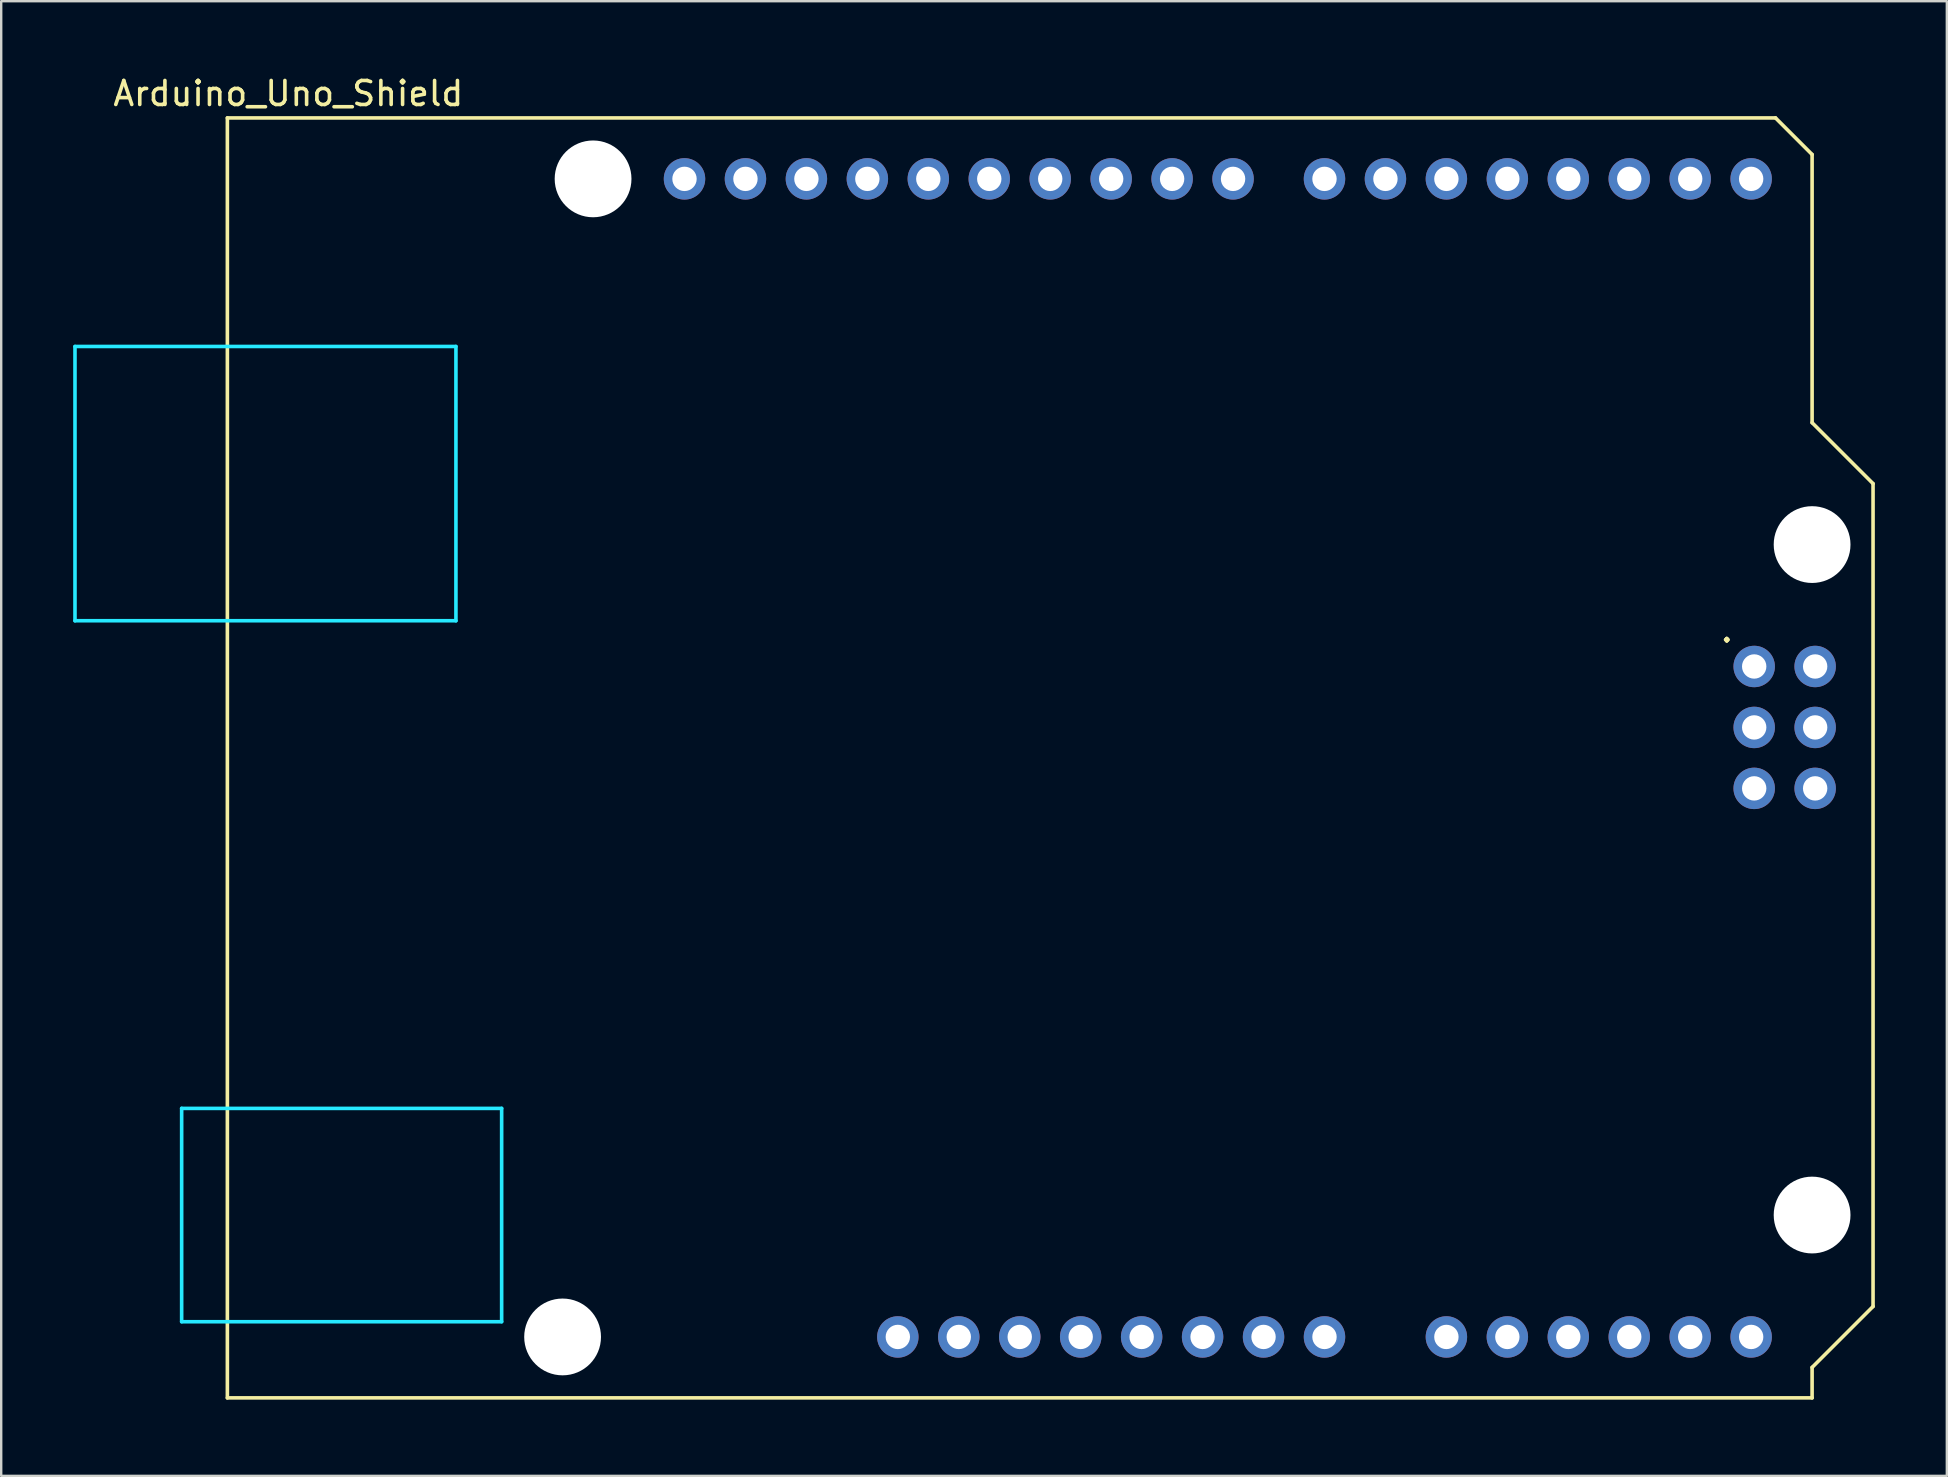
<source format=kicad_pcb>
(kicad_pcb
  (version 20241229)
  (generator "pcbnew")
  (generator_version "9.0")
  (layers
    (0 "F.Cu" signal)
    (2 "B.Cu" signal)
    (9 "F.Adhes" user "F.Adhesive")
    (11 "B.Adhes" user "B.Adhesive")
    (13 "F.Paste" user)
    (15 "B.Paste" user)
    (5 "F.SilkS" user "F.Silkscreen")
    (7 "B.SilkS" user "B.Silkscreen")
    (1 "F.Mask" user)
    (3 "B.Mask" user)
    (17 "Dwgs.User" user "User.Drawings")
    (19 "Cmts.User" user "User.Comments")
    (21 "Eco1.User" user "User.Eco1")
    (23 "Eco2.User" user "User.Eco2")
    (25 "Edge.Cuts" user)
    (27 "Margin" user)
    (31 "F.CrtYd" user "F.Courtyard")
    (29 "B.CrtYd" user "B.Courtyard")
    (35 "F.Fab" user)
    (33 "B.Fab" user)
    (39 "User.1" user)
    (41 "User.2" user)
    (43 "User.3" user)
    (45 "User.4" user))
  (footprint "Arduino_Uno_Shield"
    (layer "F.Cu")
    (at 6.425 55.204)
    (property "Reference" "Arduino_Uno_Shield" (at 2.54 -54.356 0) (layer "F.SilkS") (effects (font (size 1 1) (thickness 0.15))))
    (attr through_hole)
    (fp_line (start 0 -53.34) (end 0 0) (stroke (width 0.15) (type solid)) (layer "F.SilkS"))
    (fp_line (start 0 -53.34) (end 64.516 -53.34) (stroke (width 0.15) (type solid)) (layer "F.SilkS"))
    (fp_line (start 0 0) (end 66.04 0) (stroke (width 0.15) (type solid)) (layer "F.SilkS"))
    (fp_line (start 64.516 -53.34) (end 66.04 -51.816) (stroke (width 0.15) (type solid)) (layer "F.SilkS"))
    (fp_line (start 66.04 -40.64) (end 66.04 -51.816) (stroke (width 0.15) (type solid)) (layer "F.SilkS"))
    (fp_line (start 66.04 -1.27) (end 68.58 -3.81) (stroke (width 0.15) (type solid)) (layer "F.SilkS"))
    (fp_line (start 66.04 0) (end 66.04 -1.27) (stroke (width 0.15) (type solid)) (layer "F.SilkS"))
    (fp_line (start 68.58 -38.1) (end 66.04 -40.64) (stroke (width 0.15) (type solid)) (layer "F.SilkS"))
    (fp_line (start 68.58 -3.81) (end 68.58 -38.1) (stroke (width 0.15) (type solid)) (layer "F.SilkS"))
    (fp_line (start -6.35 -43.815) (end -6.35 -32.385) (stroke (width 0.15) (type solid)) (layer "B.CrtYd"))
    (fp_line (start -1.905 -12.065) (end -1.905 -3.175) (stroke (width 0.15) (type solid)) (layer "B.CrtYd"))
    (fp_line (start -1.905 -12.065) (end 11.43 -12.065) (stroke (width 0.15) (type solid)) (layer "B.CrtYd"))
    (fp_line (start -1.905 -3.175) (end 11.43 -3.175) (stroke (width 0.15) (type solid)) (layer "B.CrtYd"))
    (fp_line (start 9.525 -43.815) (end -6.35 -43.815) (stroke (width 0.15) (type solid)) (layer "B.CrtYd"))
    (fp_line (start 9.525 -43.815) (end 9.525 -32.385) (stroke (width 0.15) (type solid)) (layer "B.CrtYd"))
    (fp_line (start 9.525 -32.385) (end -6.35 -32.385) (stroke (width 0.15) (type solid)) (layer "B.CrtYd"))
    (fp_line (start 11.43 -12.065) (end 11.43 -3.175) (stroke (width 0.15) (type solid)) (layer "B.CrtYd"))
    (fp_text user "." (at 62.484 -32.004 0) (layer "F.SilkS") (effects (font (size 1 1) (thickness 0.15))))
    (pad "" np_thru_hole circle (at 13.97 -2.54) (size 3.2 3.2) (drill 3.2) (layers "*.Cu" "*.Mask"))
    (pad "" np_thru_hole circle (at 15.24 -50.8) (size 3.2 3.2) (drill 3.2) (layers "*.Cu" "*.Mask"))
    (pad "" thru_hole oval (at 27.94 -2.54) (size 1.727 1.727) (drill 1.016) (layers "*.Cu" "*.Mask"))
    (pad "" np_thru_hole circle (at 66.04 -35.56) (size 3.2 3.2) (drill 3.2) (layers "*.Cu" "*.Mask"))
    (pad "" np_thru_hole circle (at 66.04 -7.62) (size 3.2 3.2) (drill 3.2) (layers "*.Cu" "*.Mask"))
    (pad "3V3" thru_hole oval (at 35.56 -2.54) (size 1.727 1.727) (drill 1.016) (layers "*.Cu" "*.Mask"))
    (pad "5V1" thru_hole oval (at 38.1 -2.54) (size 1.727 1.727) (drill 1.016) (layers "*.Cu" "*.Mask"))
    (pad "5V2" thru_hole oval (at 66.167 -30.48) (size 1.727 1.727) (drill 1.016) (layers "*.Cu" "*.Mask"))
    (pad "A0" thru_hole oval (at 50.8 -2.54) (size 1.727 1.727) (drill 1.016) (layers "*.Cu" "*.Mask"))
    (pad "A1" thru_hole oval (at 53.34 -2.54) (size 1.727 1.727) (drill 1.016) (layers "*.Cu" "*.Mask"))
    (pad "A2" thru_hole oval (at 55.88 -2.54) (size 1.727 1.727) (drill 1.016) (layers "*.Cu" "*.Mask"))
    (pad "A3" thru_hole oval (at 58.42 -2.54) (size 1.727 1.727) (drill 1.016) (layers "*.Cu" "*.Mask"))
    (pad "A4" thru_hole oval (at 60.96 -2.54) (size 1.727 1.727) (drill 1.016) (layers "*.Cu" "*.Mask"))
    (pad "A5" thru_hole oval (at 63.5 -2.54) (size 1.727 1.727) (drill 1.016) (layers "*.Cu" "*.Mask"))
    (pad "AREF" thru_hole oval (at 24.13 -50.8) (size 1.727 1.727) (drill 1.016) (layers "*.Cu" "*.Mask"))
    (pad "D0" thru_hole oval (at 63.5 -50.8) (size 1.727 1.727) (drill 1.016) (layers "*.Cu" "*.Mask"))
    (pad "D1" thru_hole oval (at 60.96 -50.8) (size 1.727 1.727) (drill 1.016) (layers "*.Cu" "*.Mask"))
    (pad "D2" thru_hole oval (at 58.42 -50.8) (size 1.727 1.727) (drill 1.016) (layers "*.Cu" "*.Mask"))
    (pad "D3" thru_hole oval (at 55.88 -50.8) (size 1.727 1.727) (drill 1.016) (layers "*.Cu" "*.Mask"))
    (pad "D4" thru_hole oval (at 53.34 -50.8) (size 1.727 1.727) (drill 1.016) (layers "*.Cu" "*.Mask"))
    (pad "D5" thru_hole oval (at 50.8 -50.8) (size 1.727 1.727) (drill 1.016) (layers "*.Cu" "*.Mask"))
    (pad "D6" thru_hole oval (at 48.26 -50.8) (size 1.727 1.727) (drill 1.016) (layers "*.Cu" "*.Mask"))
    (pad "D7" thru_hole oval (at 45.72 -50.8) (size 1.727 1.727) (drill 1.016) (layers "*.Cu" "*.Mask"))
    (pad "D8" thru_hole oval (at 41.91 -50.8) (size 1.727 1.727) (drill 1.016) (layers "*.Cu" "*.Mask"))
    (pad "D9" thru_hole oval (at 39.37 -50.8) (size 1.727 1.727) (drill 1.016) (layers "*.Cu" "*.Mask"))
    (pad "D10" thru_hole oval (at 36.83 -50.8) (size 1.727 1.727) (drill 1.016) (layers "*.Cu" "*.Mask"))
    (pad "D11" thru_hole oval (at 34.29 -50.8) (size 1.727 1.727) (drill 1.016) (layers "*.Cu" "*.Mask"))
    (pad "D12" thru_hole oval (at 31.75 -50.8) (size 1.727 1.727) (drill 1.016) (layers "*.Cu" "*.Mask"))
    (pad "D13" thru_hole oval (at 29.21 -50.8) (size 1.727 1.727) (drill 1.016) (layers "*.Cu" "*.Mask"))
    (pad "GND1" thru_hole oval (at 26.67 -50.8) (size 1.727 1.727) (drill 1.016) (layers "*.Cu" "*.Mask"))
    (pad "GND2" thru_hole oval (at 40.64 -2.54) (size 1.727 1.727) (drill 1.016) (layers "*.Cu" "*.Mask"))
    (pad "GND3" thru_hole oval (at 43.18 -2.54) (size 1.727 1.727) (drill 1.016) (layers "*.Cu" "*.Mask"))
    (pad "GND4" thru_hole oval (at 66.167 -25.4) (size 1.727 1.727) (drill 1.016) (layers "*.Cu" "*.Mask"))
    (pad "IORF" thru_hole oval (at 30.48 -2.54) (size 1.727 1.727) (drill 1.016) (layers "*.Cu" "*.Mask"))
    (pad "MISO" thru_hole oval (at 63.627 -30.48) (size 1.727 1.727) (drill 1.016) (layers "*.Cu" "*.Mask"))
    (pad "MOSI" thru_hole oval (at 66.167 -27.94) (size 1.727 1.727) (drill 1.016) (layers "*.Cu" "*.Mask"))
    (pad "RST1" thru_hole oval (at 33.02 -2.54) (size 1.727 1.727) (drill 1.016) (layers "*.Cu" "*.Mask"))
    (pad "RST2" thru_hole oval (at 63.627 -25.4) (size 1.727 1.727) (drill 1.016) (layers "*.Cu" "*.Mask"))
    (pad "SCK" thru_hole oval (at 63.627 -27.94) (size 1.727 1.727) (drill 1.016) (layers "*.Cu" "*.Mask"))
    (pad "SCL" thru_hole oval (at 19.05 -50.8) (size 1.727 1.727) (drill 1.016) (layers "*.Cu" "*.Mask"))
    (pad "SDA" thru_hole oval (at 21.59 -50.8) (size 1.727 1.727) (drill 1.016) (layers "*.Cu" "*.Mask"))
    (pad "VIN" thru_hole oval (at 45.72 -2.54) (size 1.727 1.727) (drill 1.016) (layers "*.Cu" "*.Mask")))
  (gr_rect
    (start -3 -3)
    (end 78.08 58.454)
    (stroke (width 0.1) (type default))
    (fill no)
    (layer "Edge.Cuts")))
</source>
